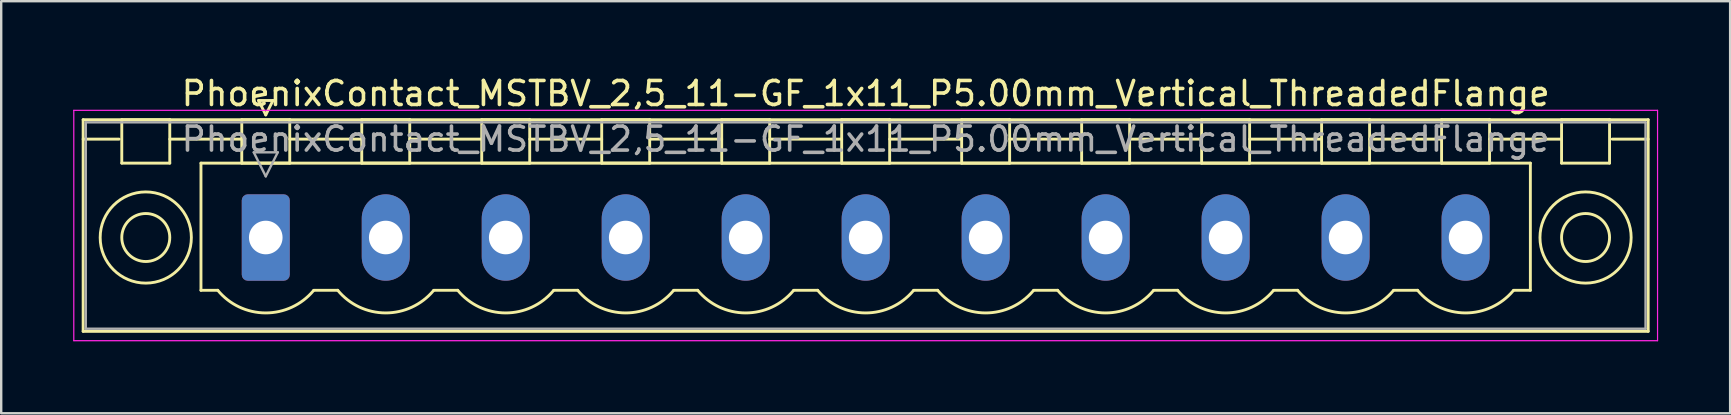
<source format=kicad_pcb>
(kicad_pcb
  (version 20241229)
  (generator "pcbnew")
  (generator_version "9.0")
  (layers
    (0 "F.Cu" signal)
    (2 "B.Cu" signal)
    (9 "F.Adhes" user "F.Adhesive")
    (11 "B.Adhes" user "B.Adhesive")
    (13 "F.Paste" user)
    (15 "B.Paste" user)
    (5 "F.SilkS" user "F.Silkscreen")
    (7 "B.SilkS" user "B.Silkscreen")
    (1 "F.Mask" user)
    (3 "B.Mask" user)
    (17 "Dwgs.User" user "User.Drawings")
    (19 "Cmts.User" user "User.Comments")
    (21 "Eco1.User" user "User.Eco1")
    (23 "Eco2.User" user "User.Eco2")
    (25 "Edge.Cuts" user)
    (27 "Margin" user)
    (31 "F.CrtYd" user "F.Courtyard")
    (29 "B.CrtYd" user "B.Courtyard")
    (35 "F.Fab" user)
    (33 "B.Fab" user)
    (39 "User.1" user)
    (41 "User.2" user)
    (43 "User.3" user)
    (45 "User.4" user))
  (footprint "PhoenixContact_MSTBV_2,5_11-GF_1x11_P5.00mm_Vertical_ThreadedFlange"
    (layer "F.Cu")
    (at 8.025 6.848)
    (property "Reference" "PhoenixContact_MSTBV_2,5_11-GF_1x11_P5.00mm_Vertical_ThreadedFlange" (at 25 -6 0) (layer "F.SilkS") (effects (font (size 1 1) (thickness 0.15))))
    (attr through_hole)
    (fp_line (start -7.61 -4.91) (end -7.61 3.91) (stroke (width 0.12) (type solid)) (layer "F.SilkS"))
    (fp_line (start -7.61 -4.1) (end -6.11 -4.1) (stroke (width 0.12) (type solid)) (layer "F.SilkS"))
    (fp_line (start -7.61 3.91) (end 57.61 3.91) (stroke (width 0.12) (type solid)) (layer "F.SilkS"))
    (fp_line (start -6 -4.91) (end -4 -4.91) (stroke (width 0.12) (type solid)) (layer "F.SilkS"))
    (fp_line (start -6 -3.1) (end -6 -4.91) (stroke (width 0.12) (type solid)) (layer "F.SilkS"))
    (fp_line (start -4 -4.91) (end -4 -3.1) (stroke (width 0.12) (type solid)) (layer "F.SilkS"))
    (fp_line (start -4 -4.1) (end -1 -4.1) (stroke (width 0.12) (type solid)) (layer "F.SilkS"))
    (fp_line (start -4 -3.1) (end -6 -3.1) (stroke (width 0.12) (type solid)) (layer "F.SilkS"))
    (fp_line (start -2.7 -3.1) (end 52.7 -3.1) (stroke (width 0.12) (type solid)) (layer "F.SilkS"))
    (fp_line (start -2.7 2.2) (end -2.7 -3.1) (stroke (width 0.12) (type solid)) (layer "F.SilkS"))
    (fp_line (start -2 2.2) (end -2.7 2.2) (stroke (width 0.12) (type solid)) (layer "F.SilkS"))
    (fp_line (start -1 -4.91) (end 1 -4.91) (stroke (width 0.12) (type solid)) (layer "F.SilkS"))
    (fp_line (start -1 -3.1) (end -1 -4.91) (stroke (width 0.12) (type solid)) (layer "F.SilkS"))
    (fp_line (start -0.3 -5.71) (end 0.3 -5.71) (stroke (width 0.12) (type solid)) (layer "F.SilkS"))
    (fp_line (start 0 -5.11) (end -0.3 -5.71) (stroke (width 0.12) (type solid)) (layer "F.SilkS"))
    (fp_line (start 0.3 -5.71) (end 0 -5.11) (stroke (width 0.12) (type solid)) (layer "F.SilkS"))
    (fp_line (start 1 -4.91) (end 1 -3.1) (stroke (width 0.12) (type solid)) (layer "F.SilkS"))
    (fp_line (start 1 -4.1) (end 4 -4.1) (stroke (width 0.12) (type solid)) (layer "F.SilkS"))
    (fp_line (start 1 -3.1) (end -1 -3.1) (stroke (width 0.12) (type solid)) (layer "F.SilkS"))
    (fp_line (start 2 2.2) (end 3 2.2) (stroke (width 0.12) (type solid)) (layer "F.SilkS"))
    (fp_line (start 4 -4.91) (end 6 -4.91) (stroke (width 0.12) (type solid)) (layer "F.SilkS"))
    (fp_line (start 4 -3.1) (end 4 -4.91) (stroke (width 0.12) (type solid)) (layer "F.SilkS"))
    (fp_line (start 6 -4.91) (end 6 -3.1) (stroke (width 0.12) (type solid)) (layer "F.SilkS"))
    (fp_line (start 6 -4.1) (end 9 -4.1) (stroke (width 0.12) (type solid)) (layer "F.SilkS"))
    (fp_line (start 6 -3.1) (end 4 -3.1) (stroke (width 0.12) (type solid)) (layer "F.SilkS"))
    (fp_line (start 7 2.2) (end 8 2.2) (stroke (width 0.12) (type solid)) (layer "F.SilkS"))
    (fp_line (start 9 -4.91) (end 11 -4.91) (stroke (width 0.12) (type solid)) (layer "F.SilkS"))
    (fp_line (start 9 -3.1) (end 9 -4.91) (stroke (width 0.12) (type solid)) (layer "F.SilkS"))
    (fp_line (start 11 -4.91) (end 11 -3.1) (stroke (width 0.12) (type solid)) (layer "F.SilkS"))
    (fp_line (start 11 -4.1) (end 14 -4.1) (stroke (width 0.12) (type solid)) (layer "F.SilkS"))
    (fp_line (start 11 -3.1) (end 9 -3.1) (stroke (width 0.12) (type solid)) (layer "F.SilkS"))
    (fp_line (start 12 2.2) (end 13 2.2) (stroke (width 0.12) (type solid)) (layer "F.SilkS"))
    (fp_line (start 14 -4.91) (end 16 -4.91) (stroke (width 0.12) (type solid)) (layer "F.SilkS"))
    (fp_line (start 14 -3.1) (end 14 -4.91) (stroke (width 0.12) (type solid)) (layer "F.SilkS"))
    (fp_line (start 16 -4.91) (end 16 -3.1) (stroke (width 0.12) (type solid)) (layer "F.SilkS"))
    (fp_line (start 16 -4.1) (end 19 -4.1) (stroke (width 0.12) (type solid)) (layer "F.SilkS"))
    (fp_line (start 16 -3.1) (end 14 -3.1) (stroke (width 0.12) (type solid)) (layer "F.SilkS"))
    (fp_line (start 17 2.2) (end 18 2.2) (stroke (width 0.12) (type solid)) (layer "F.SilkS"))
    (fp_line (start 19 -4.91) (end 21 -4.91) (stroke (width 0.12) (type solid)) (layer "F.SilkS"))
    (fp_line (start 19 -3.1) (end 19 -4.91) (stroke (width 0.12) (type solid)) (layer "F.SilkS"))
    (fp_line (start 21 -4.91) (end 21 -3.1) (stroke (width 0.12) (type solid)) (layer "F.SilkS"))
    (fp_line (start 21 -4.1) (end 24 -4.1) (stroke (width 0.12) (type solid)) (layer "F.SilkS"))
    (fp_line (start 21 -3.1) (end 19 -3.1) (stroke (width 0.12) (type solid)) (layer "F.SilkS"))
    (fp_line (start 22 2.2) (end 23 2.2) (stroke (width 0.12) (type solid)) (layer "F.SilkS"))
    (fp_line (start 24 -4.91) (end 26 -4.91) (stroke (width 0.12) (type solid)) (layer "F.SilkS"))
    (fp_line (start 24 -3.1) (end 24 -4.91) (stroke (width 0.12) (type solid)) (layer "F.SilkS"))
    (fp_line (start 26 -4.91) (end 26 -3.1) (stroke (width 0.12) (type solid)) (layer "F.SilkS"))
    (fp_line (start 26 -4.1) (end 29 -4.1) (stroke (width 0.12) (type solid)) (layer "F.SilkS"))
    (fp_line (start 26 -3.1) (end 24 -3.1) (stroke (width 0.12) (type solid)) (layer "F.SilkS"))
    (fp_line (start 27 2.2) (end 28 2.2) (stroke (width 0.12) (type solid)) (layer "F.SilkS"))
    (fp_line (start 29 -4.91) (end 31 -4.91) (stroke (width 0.12) (type solid)) (layer "F.SilkS"))
    (fp_line (start 29 -3.1) (end 29 -4.91) (stroke (width 0.12) (type solid)) (layer "F.SilkS"))
    (fp_line (start 31 -4.91) (end 31 -3.1) (stroke (width 0.12) (type solid)) (layer "F.SilkS"))
    (fp_line (start 31 -4.1) (end 34 -4.1) (stroke (width 0.12) (type solid)) (layer "F.SilkS"))
    (fp_line (start 31 -3.1) (end 29 -3.1) (stroke (width 0.12) (type solid)) (layer "F.SilkS"))
    (fp_line (start 32 2.2) (end 33 2.2) (stroke (width 0.12) (type solid)) (layer "F.SilkS"))
    (fp_line (start 34 -4.91) (end 36 -4.91) (stroke (width 0.12) (type solid)) (layer "F.SilkS"))
    (fp_line (start 34 -3.1) (end 34 -4.91) (stroke (width 0.12) (type solid)) (layer "F.SilkS"))
    (fp_line (start 36 -4.91) (end 36 -3.1) (stroke (width 0.12) (type solid)) (layer "F.SilkS"))
    (fp_line (start 36 -4.1) (end 39 -4.1) (stroke (width 0.12) (type solid)) (layer "F.SilkS"))
    (fp_line (start 36 -3.1) (end 34 -3.1) (stroke (width 0.12) (type solid)) (layer "F.SilkS"))
    (fp_line (start 37 2.2) (end 38 2.2) (stroke (width 0.12) (type solid)) (layer "F.SilkS"))
    (fp_line (start 39 -4.91) (end 41 -4.91) (stroke (width 0.12) (type solid)) (layer "F.SilkS"))
    (fp_line (start 39 -3.1) (end 39 -4.91) (stroke (width 0.12) (type solid)) (layer "F.SilkS"))
    (fp_line (start 41 -4.91) (end 41 -3.1) (stroke (width 0.12) (type solid)) (layer "F.SilkS"))
    (fp_line (start 41 -4.1) (end 44 -4.1) (stroke (width 0.12) (type solid)) (layer "F.SilkS"))
    (fp_line (start 41 -3.1) (end 39 -3.1) (stroke (width 0.12) (type solid)) (layer "F.SilkS"))
    (fp_line (start 42 2.2) (end 43 2.2) (stroke (width 0.12) (type solid)) (layer "F.SilkS"))
    (fp_line (start 44 -4.91) (end 46 -4.91) (stroke (width 0.12) (type solid)) (layer "F.SilkS"))
    (fp_line (start 44 -3.1) (end 44 -4.91) (stroke (width 0.12) (type solid)) (layer "F.SilkS"))
    (fp_line (start 46 -4.91) (end 46 -3.1) (stroke (width 0.12) (type solid)) (layer "F.SilkS"))
    (fp_line (start 46 -4.1) (end 49 -4.1) (stroke (width 0.12) (type solid)) (layer "F.SilkS"))
    (fp_line (start 46 -3.1) (end 44 -3.1) (stroke (width 0.12) (type solid)) (layer "F.SilkS"))
    (fp_line (start 47 2.2) (end 48 2.2) (stroke (width 0.12) (type solid)) (layer "F.SilkS"))
    (fp_line (start 49 -4.91) (end 51 -4.91) (stroke (width 0.12) (type solid)) (layer "F.SilkS"))
    (fp_line (start 49 -3.1) (end 49 -4.91) (stroke (width 0.12) (type solid)) (layer "F.SilkS"))
    (fp_line (start 51 -4.91) (end 51 -3.1) (stroke (width 0.12) (type solid)) (layer "F.SilkS"))
    (fp_line (start 51 -4.1) (end 54 -4.1) (stroke (width 0.12) (type solid)) (layer "F.SilkS"))
    (fp_line (start 51 -3.1) (end 49 -3.1) (stroke (width 0.12) (type solid)) (layer "F.SilkS"))
    (fp_line (start 52.7 -3.1) (end 52.7 2.2) (stroke (width 0.12) (type solid)) (layer "F.SilkS"))
    (fp_line (start 52.7 2.2) (end 52 2.2) (stroke (width 0.12) (type solid)) (layer "F.SilkS"))
    (fp_line (start 54 -4.91) (end 56 -4.91) (stroke (width 0.12) (type solid)) (layer "F.SilkS"))
    (fp_line (start 54 -3.1) (end 54 -4.91) (stroke (width 0.12) (type solid)) (layer "F.SilkS"))
    (fp_line (start 56 -4.91) (end 56 -3.1) (stroke (width 0.12) (type solid)) (layer "F.SilkS"))
    (fp_line (start 56 -3.1) (end 54 -3.1) (stroke (width 0.12) (type solid)) (layer "F.SilkS"))
    (fp_line (start 57.61 -4.91) (end -7.61 -4.91) (stroke (width 0.12) (type solid)) (layer "F.SilkS"))
    (fp_line (start 57.61 -4.1) (end 56.11 -4.1) (stroke (width 0.12) (type solid)) (layer "F.SilkS"))
    (fp_line (start 57.61 3.91) (end 57.61 -4.91) (stroke (width 0.12) (type solid)) (layer "F.SilkS"))
    (fp_arc (start 1.986842 2.215821) (mid -0.010289 3.142758) (end -2 2.2) (stroke (width 0.12) (type solid)) (layer "F.SilkS"))
    (fp_arc (start 6.986842 2.215821) (mid 4.989711 3.142758) (end 3 2.2) (stroke (width 0.12) (type solid)) (layer "F.SilkS"))
    (fp_arc (start 11.986842 2.215821) (mid 9.989711 3.142758) (end 8 2.2) (stroke (width 0.12) (type solid)) (layer "F.SilkS"))
    (fp_arc (start 16.986842 2.215821) (mid 14.989711 3.142758) (end 13 2.2) (stroke (width 0.12) (type solid)) (layer "F.SilkS"))
    (fp_arc (start 21.986842 2.215821) (mid 19.989711 3.142758) (end 18 2.2) (stroke (width 0.12) (type solid)) (layer "F.SilkS"))
    (fp_arc (start 26.986842 2.215821) (mid 24.989711 3.142758) (end 23 2.2) (stroke (width 0.12) (type solid)) (layer "F.SilkS"))
    (fp_arc (start 31.986842 2.215821) (mid 29.989711 3.142758) (end 28 2.2) (stroke (width 0.12) (type solid)) (layer "F.SilkS"))
    (fp_arc (start 36.986842 2.215821) (mid 34.989711 3.142758) (end 33 2.2) (stroke (width 0.12) (type solid)) (layer "F.SilkS"))
    (fp_arc (start 41.986842 2.215821) (mid 39.989711 3.142758) (end 38 2.2) (stroke (width 0.12) (type solid)) (layer "F.SilkS"))
    (fp_arc (start 46.986842 2.215821) (mid 44.989711 3.142758) (end 43 2.2) (stroke (width 0.12) (type solid)) (layer "F.SilkS"))
    (fp_arc (start 51.986842 2.215821) (mid 49.989711 3.142758) (end 48 2.2) (stroke (width 0.12) (type solid)) (layer "F.SilkS"))
    (fp_circle (center -5 0) (end -4 0) (stroke (width 0.12) (type solid)) (fill no) (layer "F.SilkS"))
    (fp_circle (center -5 0) (end -3.1 0) (stroke (width 0.12) (type solid)) (fill no) (layer "F.SilkS"))
    (fp_circle (center 55 0) (end 56 0) (stroke (width 0.12) (type solid)) (fill no) (layer "F.SilkS"))
    (fp_circle (center 55 0) (end 56.9 0) (stroke (width 0.12) (type solid)) (fill no) (layer "F.SilkS"))
    (fp_line (start -8 -5.3) (end -8 4.3) (stroke (width 0.05) (type solid)) (layer "F.CrtYd"))
    (fp_line (start -8 4.3) (end 58 4.3) (stroke (width 0.05) (type solid)) (layer "F.CrtYd"))
    (fp_line (start 58 -5.3) (end -8 -5.3) (stroke (width 0.05) (type solid)) (layer "F.CrtYd"))
    (fp_line (start 58 4.3) (end 58 -5.3) (stroke (width 0.05) (type solid)) (layer "F.CrtYd"))
    (fp_line (start -7.5 -4.8) (end -7.5 3.8) (stroke (width 0.1) (type solid)) (layer "F.Fab"))
    (fp_line (start -7.5 3.8) (end 57.5 3.8) (stroke (width 0.1) (type solid)) (layer "F.Fab"))
    (fp_line (start -0.5 -3.55) (end 0.5 -3.55) (stroke (width 0.1) (type solid)) (layer "F.Fab"))
    (fp_line (start 0 -2.55) (end -0.5 -3.55) (stroke (width 0.1) (type solid)) (layer "F.Fab"))
    (fp_line (start 0.5 -3.55) (end 0 -2.55) (stroke (width 0.1) (type solid)) (layer "F.Fab"))
    (fp_line (start 57.5 -4.8) (end -7.5 -4.8) (stroke (width 0.1) (type solid)) (layer "F.Fab"))
    (fp_line (start 57.5 3.8) (end 57.5 -4.8) (stroke (width 0.1) (type solid)) (layer "F.Fab"))
    (fp_text user "${REFERENCE}" (at 25 -4.1 0) (layer "F.Fab") (effects (font (size 1 1) (thickness 0.15))))
    (pad "1" thru_hole roundrect (at 0 0) (size 2 3.6) (drill 1.4) (layers "*.Cu" "*.Mask") (roundrect_rratio 0.125))
    (pad "2" thru_hole oval (at 5 0) (size 2 3.6) (drill 1.4) (layers "*.Cu" "*.Mask"))
    (pad "3" thru_hole oval (at 10 0) (size 2 3.6) (drill 1.4) (layers "*.Cu" "*.Mask"))
    (pad "4" thru_hole oval (at 15 0) (size 2 3.6) (drill 1.4) (layers "*.Cu" "*.Mask"))
    (pad "5" thru_hole oval (at 20 0) (size 2 3.6) (drill 1.4) (layers "*.Cu" "*.Mask"))
    (pad "6" thru_hole oval (at 25 0) (size 2 3.6) (drill 1.4) (layers "*.Cu" "*.Mask"))
    (pad "7" thru_hole oval (at 30 0) (size 2 3.6) (drill 1.4) (layers "*.Cu" "*.Mask"))
    (pad "8" thru_hole oval (at 35 0) (size 2 3.6) (drill 1.4) (layers "*.Cu" "*.Mask"))
    (pad "9" thru_hole oval (at 40 0) (size 2 3.6) (drill 1.4) (layers "*.Cu" "*.Mask"))
    (pad "10" thru_hole oval (at 45 0) (size 2 3.6) (drill 1.4) (layers "*.Cu" "*.Mask"))
    (pad "11" thru_hole oval (at 50 0) (size 2 3.6) (drill 1.4) (layers "*.Cu" "*.Mask")))
  (gr_rect
    (start -3 -3)
    (end 69.05 14.173)
    (stroke (width 0.1) (type default))
    (fill no)
    (layer "Edge.Cuts")))
</source>
